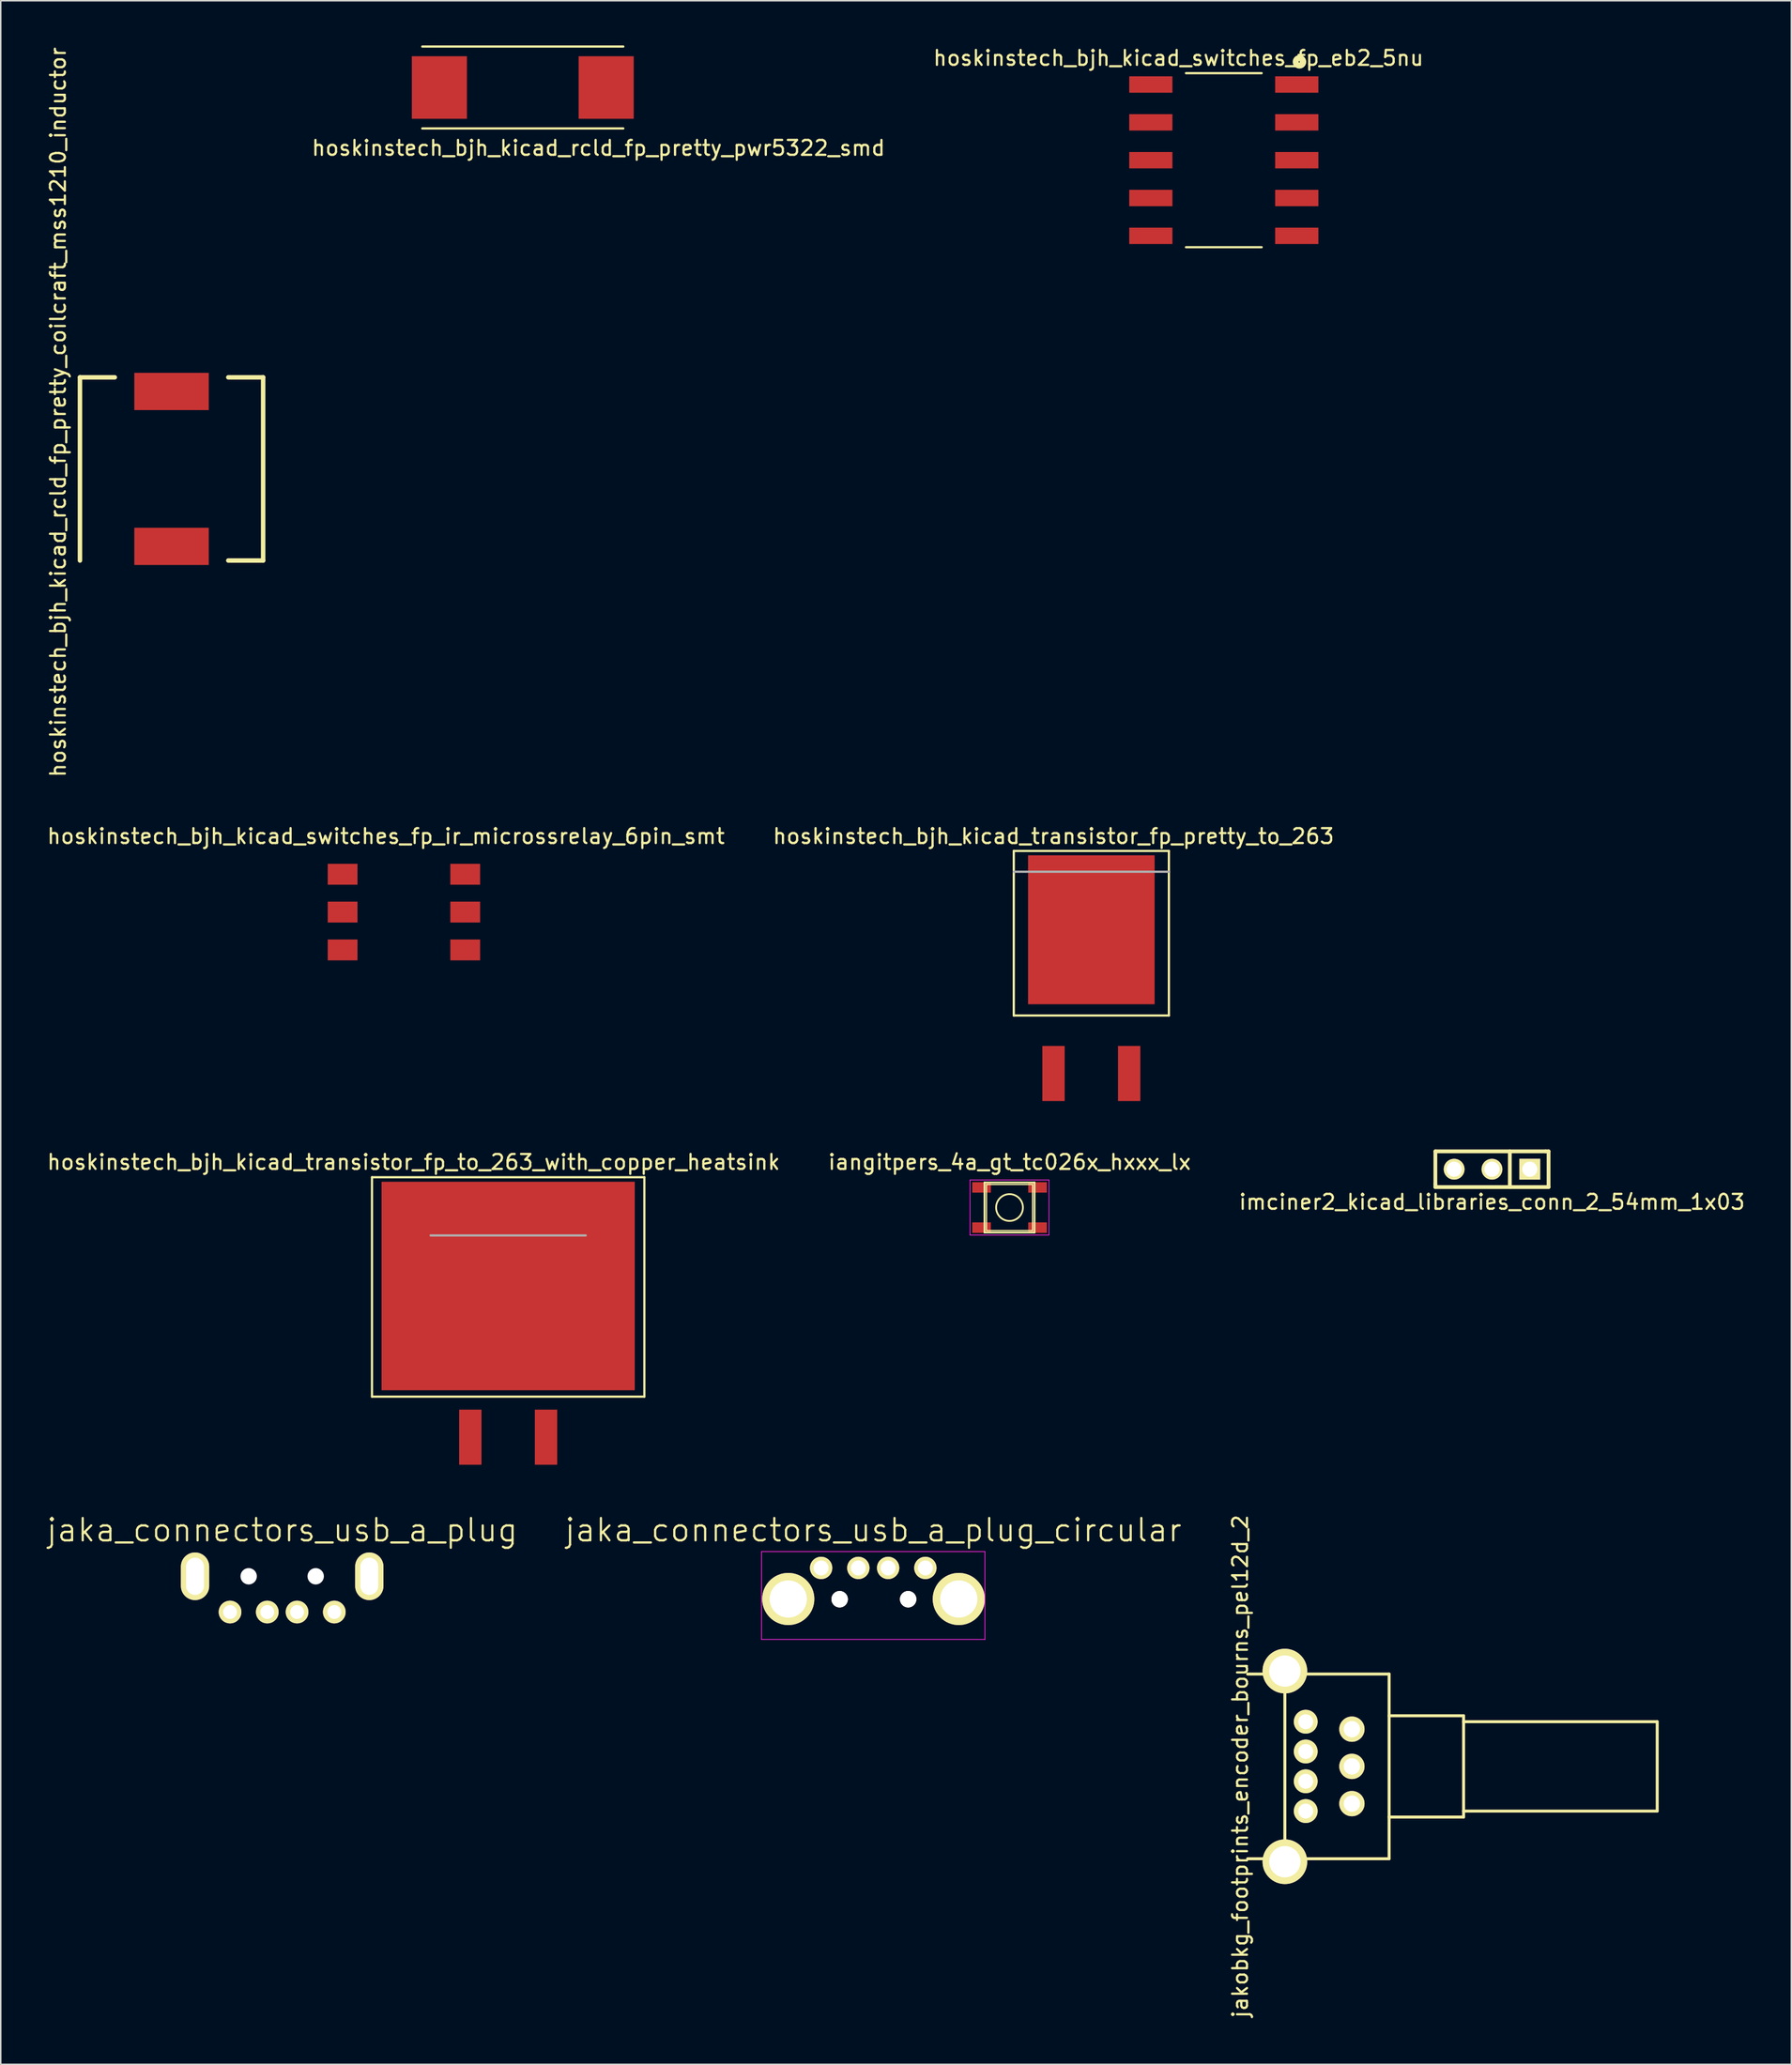
<source format=kicad_pcb>
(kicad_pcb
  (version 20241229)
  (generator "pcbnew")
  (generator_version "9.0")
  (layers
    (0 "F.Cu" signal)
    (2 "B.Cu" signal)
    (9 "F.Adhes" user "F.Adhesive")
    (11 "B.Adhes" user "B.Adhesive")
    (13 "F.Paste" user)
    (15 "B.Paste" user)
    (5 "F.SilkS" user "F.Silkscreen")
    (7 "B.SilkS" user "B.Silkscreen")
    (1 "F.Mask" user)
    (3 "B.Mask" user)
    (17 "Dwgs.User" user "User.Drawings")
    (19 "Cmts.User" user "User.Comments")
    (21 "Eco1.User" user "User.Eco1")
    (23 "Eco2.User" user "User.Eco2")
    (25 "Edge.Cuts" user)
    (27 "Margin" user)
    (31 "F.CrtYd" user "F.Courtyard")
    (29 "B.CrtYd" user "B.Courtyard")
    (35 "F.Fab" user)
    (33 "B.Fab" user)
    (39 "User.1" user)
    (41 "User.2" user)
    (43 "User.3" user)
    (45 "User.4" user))
  (footprint "hoskinstech_bjh_kicad_transistor_fp_to_263_with_copper_heatsink"
    (layer "F.Cu")
    (at 31.07 95.297)
    (property "Reference" "hoskinstech_bjh_kicad_transistor_fp_to_263_with_copper_heatsink" (at -6.35 -20.32 0) (layer "F.SilkS") (effects (font (size 1 1) (thickness 0.15))))
    (attr through_hole)
    (fp_line (start -9.144 -19.304) (end -9.144 -4.572) (stroke (width 0.15) (type solid)) (layer "F.SilkS"))
    (fp_line (start -9.144 -4.572) (end 9.144 -4.572) (stroke (width 0.15) (type solid)) (layer "F.SilkS"))
    (fp_line (start 9.144 -19.304) (end -9.144 -19.304) (stroke (width 0.15) (type solid)) (layer "F.SilkS"))
    (fp_line (start 9.144 -4.572) (end 9.144 -19.304) (stroke (width 0.15) (type solid)) (layer "F.SilkS"))
    (fp_line (start -5.207 -16.792) (end 5.207 -16.792) (stroke (width 0.15) (type solid)) (layer "Eco2.User"))
    (fp_line (start -5.207 -15.395) (end -5.207 -16.792) (stroke (width 0.15) (type solid)) (layer "Eco2.User"))
    (fp_line (start -5.207 -15.395) (end -5.207 -5.743) (stroke (width 0.15) (type solid)) (layer "Eco2.User"))
    (fp_line (start 5.207 -15.395) (end 5.207 -16.792) (stroke (width 0.15) (type solid)) (layer "Eco2.User"))
    (fp_line (start 5.207 -15.395) (end 5.207 -5.743) (stroke (width 0.15) (type solid)) (layer "Eco2.User"))
    (fp_line (start 5.207 -5.743) (end -5.207 -5.743) (stroke (width 0.15) (type solid)) (layer "Eco2.User"))
    (fp_line (start -5.207 -15.395) (end 5.207 -15.395) (stroke (width 0.15) (type solid)) (layer "F.Fab"))
    (pad "1" smd rect (at -2.54 -1.85) (size 1.5 3.7) (layers "F.Cu" "F.Mask" "F.Paste"))
    (pad "2" smd rect (at 0 -12) (size 17 14) (layers "F.Cu" "F.Mask" "F.Paste"))
    (pad "3" smd rect (at 2.54 -1.85) (size 1.5 3.7) (layers "F.Cu" "F.Mask" "F.Paste")))
  (footprint "imciner2_kicad_libraries_conn_2_54mm_1x03"
    (layer "F.Cu")
    (at 97.125 75.455)
    (property "Reference" "imciner2_kicad_libraries_conn_2_54mm_1x03" (at 0 2.2 0) (layer "F.SilkS") (effects (font (size 1 1) (thickness 0.15))))
    (attr through_hole)
    (fp_line (start -3.8 -1.2) (end -3.8 1) (stroke (width 0.254) (type solid)) (layer "F.SilkS"))
    (fp_line (start -3.8 1) (end -3.8 1.2) (stroke (width 0.254) (type solid)) (layer "F.SilkS"))
    (fp_line (start -3.8 1.2) (end 3.8 1.2) (stroke (width 0.254) (type solid)) (layer "F.SilkS"))
    (fp_line (start 1.2 1.2) (end 1.2 -1.2) (stroke (width 0.254) (type solid)) (layer "F.SilkS"))
    (fp_line (start 3.6 -1.2) (end -3.8 -1.2) (stroke (width 0.254) (type solid)) (layer "F.SilkS"))
    (fp_line (start 3.8 -1.2) (end 3.6 -1.2) (stroke (width 0.254) (type solid)) (layer "F.SilkS"))
    (fp_line (start 3.8 1.2) (end 3.8 -1.2) (stroke (width 0.254) (type solid)) (layer "F.SilkS"))
    (pad "1" thru_hole rect (at 2.54 0) (size 1.397 1.397) (drill 1.016) (layers "*.Cu" "*.Mask" "F.SilkS"))
    (pad "2" thru_hole circle (at 0 0) (size 1.397 1.397) (drill 1.016) (layers "*.Cu" "*.Mask" "F.SilkS"))
    (pad "3" thru_hole circle (at -2.54 0) (size 1.397 1.397) (drill 1.016) (layers "*.Cu" "*.Mask" "F.SilkS")))
  (footprint "iangitpers_4a_gt_tc026x_hxxx_lx"
    (layer "F.Cu")
    (at 64.732 78.027)
    (property "Reference" "iangitpers_4a_gt_tc026x_hxxx_lx" (at 0 -3.05 0) (layer "F.SilkS") (effects (font (size 1 1) (thickness 0.15))))
    (attr through_hole)
    (fp_line (start -1.68 -1.68) (end -1.68 1.68) (stroke (width 0.12) (type solid)) (layer "F.SilkS"))
    (fp_line (start -1.68 -1.68) (end 1.68 -1.68) (stroke (width 0.12) (type solid)) (layer "F.SilkS"))
    (fp_line (start -1.68 1.68) (end 1.68 1.68) (stroke (width 0.12) (type solid)) (layer "F.SilkS"))
    (fp_line (start -1.55 -1.55) (end -1.55 1.55) (stroke (width 0.085) (type solid)) (layer "F.SilkS"))
    (fp_line (start -1.55 -1.55) (end 1.55 -1.55) (stroke (width 0.085) (type solid)) (layer "F.SilkS"))
    (fp_line (start -1.55 1.55) (end 1.55 1.55) (stroke (width 0.085) (type solid)) (layer "F.SilkS"))
    (fp_line (start 1.55 -1.55) (end 1.55 1.55) (stroke (width 0.085) (type solid)) (layer "F.SilkS"))
    (fp_line (start 1.68 -1.68) (end 1.68 1.68) (stroke (width 0.12) (type solid)) (layer "F.SilkS"))
    (fp_circle (center 0 0) (end 0.9 0) (stroke (width 0.12) (type solid)) (fill no) (layer "F.SilkS"))
    (fp_line (start -2.65 -1.85) (end -2.65 1.85) (stroke (width 0.05) (type solid)) (layer "F.CrtYd"))
    (fp_line (start -2.65 -1.85) (end 2.65 -1.85) (stroke (width 0.05) (type solid)) (layer "F.CrtYd"))
    (fp_line (start -2.65 1.85) (end 2.65 1.85) (stroke (width 0.05) (type solid)) (layer "F.CrtYd"))
    (fp_line (start 2.65 -1.85) (end 2.65 1.85) (stroke (width 0.05) (type solid)) (layer "F.CrtYd"))
    (pad "1" smd rect (at -1.88 -1.35) (size 1.25 0.7) (layers "F.Cu" "F.Mask" "F.Paste"))
    (pad "2" smd rect (at 1.88 -1.35) (size 1.25 0.7) (layers "F.Cu" "F.Mask" "F.Paste"))
    (pad "3" smd rect (at -1.88 1.35) (size 1.25 0.7) (layers "F.Cu" "F.Mask" "F.Paste"))
    (pad "4" smd rect (at 1.88 1.35) (size 1.25 0.7) (layers "F.Cu" "F.Mask" "F.Paste")))
  (footprint "jaka_connectors_usb_a_plug_circular"
    (layer "F.Cu")
    (at 55.582 102.227)
    (property "Reference" "jaka_connectors_usb_a_plug_circular" (at 0 -2.54 0) (layer "F.SilkS") (effects (font (size 1.5 1.5) (thickness 0.15))))
    (attr through_hole)
    (fp_line (start -7.5 -1.1) (end 7.5 -1.1) (stroke (width 0.05) (type solid)) (layer "F.CrtYd"))
    (fp_line (start -7.5 4.8) (end -7.5 -1.1) (stroke (width 0.05) (type solid)) (layer "F.CrtYd"))
    (fp_line (start -7.5 4.8) (end 7.5 4.8) (stroke (width 0.05) (type solid)) (layer "F.CrtYd"))
    (fp_line (start 7.5 -1.1) (end 7.5 4.8) (stroke (width 0.05) (type solid)) (layer "F.CrtYd"))
    (pad "1" thru_hole circle (at 3.5 0 270) (size 1.5 1.5) (drill 1) (layers "*.Cu" "*.Mask" "F.SilkS"))
    (pad "2" thru_hole circle (at 1 0 270) (size 1.5 1.5) (drill 1) (layers "*.Cu" "*.Mask" "F.SilkS"))
    (pad "3" thru_hole circle (at -1 0 270) (size 1.5 1.5) (drill 1) (layers "*.Cu" "*.Mask" "F.SilkS"))
    (pad "4" thru_hole circle (at -3.5 0 270) (size 1.5 1.5) (drill 1) (layers "*.Cu" "*.Mask" "F.SilkS"))
    (pad "5" thru_hole circle (at -5.706 2.085 270) (size 3.5 3.5) (drill 2.5) (layers "*.Cu" "*.Mask" "F.SilkS"))
    (pad "5" thru_hole circle (at -2.256 2.1 270) (size 1.1 1.1) (drill 1.1) (layers "*.Cu" "*.Mask" "F.SilkS"))
    (pad "5" thru_hole circle (at 2.344 2.1 270) (size 1.1 1.1) (drill 1.1) (layers "*.Cu" "*.Mask" "F.SilkS"))
    (pad "5" thru_hole circle (at 5.744 2.085 270) (size 3.5 3.5) (drill 2.5) (layers "*.Cu" "*.Mask" "F.SilkS")))
  (footprint "jakobkg_footprints_encoder_bourns_pel12d_2"
    (layer "F.Cu")
    (at 83.22 115.552)
    (property "Reference" "jakobkg_footprints_encoder_bourns_pel12d_2" (at -3 0 90) (layer "F.SilkS") (effects (font (size 1 1) (thickness 0.15))))
    (attr through_hole)
    (fp_line (start 0 -6.2) (end -2.5 -6.2) (stroke (width 0.2) (type solid)) (layer "F.SilkS"))
    (fp_line (start 0 -6.2) (end 7 -6.2) (stroke (width 0.2) (type solid)) (layer "F.SilkS"))
    (fp_line (start 0 6.2) (end 0 -6.2) (stroke (width 0.2) (type solid)) (layer "F.SilkS"))
    (fp_line (start 0.1 6.2) (end -2.5 6.2) (stroke (width 0.2) (type solid)) (layer "F.SilkS"))
    (fp_line (start 7 -6.2) (end 7 6.2) (stroke (width 0.2) (type solid)) (layer "F.SilkS"))
    (fp_line (start 7 6.2) (end 0 6.2) (stroke (width 0.2) (type solid)) (layer "F.SilkS"))
    (fp_line (start 12 -3.4) (end 7 -3.4) (stroke (width 0.2) (type solid)) (layer "F.SilkS"))
    (fp_line (start 12 -3.4) (end 12 3.4) (stroke (width 0.2) (type solid)) (layer "F.SilkS"))
    (fp_line (start 12 -3) (end 25 -3) (stroke (width 0.2) (type solid)) (layer "F.SilkS"))
    (fp_line (start 12 3.4) (end 7 3.4) (stroke (width 0.2) (type solid)) (layer "F.SilkS"))
    (fp_line (start 25 -3) (end 25 3) (stroke (width 0.2) (type solid)) (layer "F.SilkS"))
    (fp_line (start 25 3) (end 12 3) (stroke (width 0.2) (type solid)) (layer "F.SilkS"))
    (pad "" thru_hole circle (at 0 -6.4) (size 3 3) (drill 2.101) (layers "*.Cu" "*.Mask" "F.SilkS"))
    (pad "" thru_hole circle (at 0 6.4) (size 3 3) (drill 2.101) (layers "*.Cu" "*.Mask" "F.SilkS"))
    (pad "1" thru_hole circle (at 1.4 3 270) (size 1.6 1.6) (drill 1.001) (layers "*.Cu" "*.Mask" "F.SilkS"))
    (pad "2" thru_hole circle (at 1.4 1 270) (size 1.6 1.6) (drill 1.001) (layers "*.Cu" "*.Mask" "F.SilkS"))
    (pad "3" thru_hole circle (at 1.4 -1 270) (size 1.6 1.6) (drill 1.001) (layers "*.Cu" "*.Mask" "F.SilkS"))
    (pad "4" thru_hole circle (at 1.4 -3 270) (size 1.6 1.6) (drill 1.001) (layers "*.Cu" "*.Mask" "F.SilkS"))
    (pad "A" thru_hole circle (at 4.5 2.5 90) (size 1.699 1.699) (drill 1.1) (layers "*.Cu" "*.Mask" "F.SilkS"))
    (pad "B" thru_hole circle (at 4.5 -2.5 90) (size 1.699 1.699) (drill 1.1) (layers "*.Cu" "*.Mask" "F.SilkS"))
    (pad "C" thru_hole circle (at 4.5 0 90) (size 1.699 1.699) (drill 1.1) (layers "*.Cu" "*.Mask" "F.SilkS")))
  (footprint "hoskinstech_bjh_kicad_transistor_fp_pretty_to_263"
    (layer "F.Cu")
    (at 70.225 70.878)
    (property "Reference" "hoskinstech_bjh_kicad_transistor_fp_pretty_to_263" (at -2.54 -17.78 0) (layer "F.SilkS") (effects (font (size 1 1) (thickness 0.15))))
    (attr through_hole)
    (fp_line (start -5.207 -16.792) (end 5.207 -16.792) (stroke (width 0.15) (type solid)) (layer "F.SilkS"))
    (fp_line (start -5.207 -15.395) (end -5.207 -16.792) (stroke (width 0.15) (type solid)) (layer "F.SilkS"))
    (fp_line (start -5.207 -15.395) (end -5.207 -5.743) (stroke (width 0.15) (type solid)) (layer "F.SilkS"))
    (fp_line (start 5.207 -15.395) (end 5.207 -16.792) (stroke (width 0.15) (type solid)) (layer "F.SilkS"))
    (fp_line (start 5.207 -15.395) (end 5.207 -5.743) (stroke (width 0.15) (type solid)) (layer "F.SilkS"))
    (fp_line (start 5.207 -5.743) (end -5.207 -5.743) (stroke (width 0.15) (type solid)) (layer "F.SilkS"))
    (fp_line (start -5.207 -15.395) (end 5.207 -15.395) (stroke (width 0.15) (type solid)) (layer "F.Fab"))
    (pad "1" smd rect (at -2.54 -1.85) (size 1.5 3.7) (layers "F.Cu" "F.Mask" "F.Paste"))
    (pad "2" smd rect (at 0 -11.5) (size 8.5 10) (layers "F.Cu" "F.Mask" "F.Paste"))
    (pad "3" smd rect (at 2.54 -1.85) (size 1.5 3.7) (layers "F.Cu" "F.Mask" "F.Paste")))
  (footprint "hoskinstech_bjh_kicad_switches_fp_ir_microssrelay_6pin_smt"
    (layer "F.Cu")
    (at 24.07 58.191)
    (property "Reference" "hoskinstech_bjh_kicad_switches_fp_ir_microssrelay_6pin_smt" (at -1.206 -5.093 0) (layer "F.SilkS") (effects (font (size 1 1) (thickness 0.15))))
    (attr through_hole)
    (fp_line (start -3.115 -4.065) (end 3.115 -4.065) (stroke (width 0.15) (type solid)) (layer "Eco2.User"))
    (fp_line (start -3.115 4.065) (end -3.115 -4.065) (stroke (width 0.15) (type solid)) (layer "Eco2.User"))
    (fp_line (start -3.115 4.065) (end 3.115 4.065) (stroke (width 0.15) (type solid)) (layer "Eco2.User"))
    (fp_line (start 3.115 -4.065) (end 3.115 4.065) (stroke (width 0.15) (type solid)) (layer "Eco2.User"))
    (pad "1" smd rect (at -4.115 -2.54) (size 2 1.4) (layers "F.Cu" "F.Mask" "F.Paste"))
    (pad "2" smd rect (at -4.115 0) (size 2 1.4) (layers "F.Cu" "F.Mask" "F.Paste"))
    (pad "3" smd rect (at -4.115 2.54) (size 2 1.4) (layers "F.Cu" "F.Mask" "F.Paste"))
    (pad "4" smd rect (at 4.115 2.54) (size 2 1.4) (layers "F.Cu" "F.Mask" "F.Paste"))
    (pad "5" smd rect (at 4.115 0) (size 2 1.4) (layers "F.Cu" "F.Mask" "F.Paste"))
    (pad "6" smd rect (at 4.115 -2.54) (size 2 1.4) (layers "F.Cu" "F.Mask" "F.Paste")))
  (footprint "hoskinstech_bjh_kicad_switches_fp_eb2_5nu"
    (layer "F.Cu")
    (at 79.12 2.626)
    (property "Reference" "hoskinstech_bjh_kicad_switches_fp_eb2_5nu" (at -3.048 -1.778 0) (layer "F.SilkS") (effects (font (size 1 1) (thickness 0.15))))
    (attr through_hole)
    (fp_line (start -2.54 -0.762) (end 2.54 -0.762) (stroke (width 0.15) (type solid)) (layer "F.SilkS"))
    (fp_line (start 2.54 10.922) (end -2.54 10.922) (stroke (width 0.15) (type solid)) (layer "F.SilkS"))
    (fp_circle (center 5.08 -1.524) (end 5.334 -1.524) (stroke (width 0.4) (type solid)) (fill no) (layer "F.SilkS"))
    (fp_line (start -4.78 -0.762) (end 4.78 -0.762) (stroke (width 0.15) (type solid)) (layer "Eco2.User"))
    (fp_line (start -4.78 10.922) (end -4.78 -0.762) (stroke (width 0.15) (type solid)) (layer "Eco2.User"))
    (fp_line (start 4.78 -0.762) (end 4.78 10.922) (stroke (width 0.15) (type solid)) (layer "Eco2.User"))
    (fp_line (start 4.78 10.922) (end -4.78 10.922) (stroke (width 0.15) (type solid)) (layer "Eco2.User"))
    (pad "1" smd rect (at 4.9 0) (size 2.9 1.1) (layers "F.Cu" "F.Mask" "F.Paste"))
    (pad "2" smd rect (at 4.9 2.54) (size 2.9 1.1) (layers "F.Cu" "F.Mask" "F.Paste"))
    (pad "3" smd rect (at 4.9 5.08) (size 2.9 1.1) (layers "F.Cu" "F.Mask" "F.Paste"))
    (pad "4" smd rect (at 4.9 7.62) (size 2.9 1.1) (layers "F.Cu" "F.Mask" "F.Paste"))
    (pad "5" smd rect (at 4.9 10.16) (size 2.9 1.1) (layers "F.Cu" "F.Mask" "F.Paste"))
    (pad "6" smd rect (at -4.9 10.16) (size 2.9 1.1) (layers "F.Cu" "F.Mask" "F.Paste"))
    (pad "7" smd rect (at -4.9 7.62) (size 2.9 1.1) (layers "F.Cu" "F.Mask" "F.Paste"))
    (pad "8" smd rect (at -4.9 5.08) (size 2.9 1.1) (layers "F.Cu" "F.Mask" "F.Paste"))
    (pad "9" smd rect (at -4.9 2.54) (size 2.9 1.1) (layers "F.Cu" "F.Mask" "F.Paste"))
    (pad "10" smd rect (at -4.9 0) (size 2.9 1.1) (layers "F.Cu" "F.Mask" "F.Paste")))
  (footprint "hoskinstech_bjh_kicad_rcld_fp_pretty_coilcraft_mss1210_inductor"
    (layer "F.Cu")
    (at 8.468 28.435)
    (property "Reference" "hoskinstech_bjh_kicad_rcld_fp_pretty_coilcraft_mss1210_inductor" (at -7.62 -3.81 90) (layer "F.SilkS") (effects (font (size 1 1) (thickness 0.15))))
    (attr through_hole)
    (fp_line (start -6.15 -6.15) (end -3.81 -6.15) (stroke (width 0.3) (type solid)) (layer "F.SilkS"))
    (fp_line (start -6.15 6.15) (end -6.15 -6.15) (stroke (width 0.3) (type solid)) (layer "F.SilkS"))
    (fp_line (start 3.81 -6.15) (end 6.15 -6.15) (stroke (width 0.3) (type solid)) (layer "F.SilkS"))
    (fp_line (start 3.81 6.15) (end 6.15 6.15) (stroke (width 0.3) (type solid)) (layer "F.SilkS"))
    (fp_line (start 6.15 6.15) (end 6.15 -6.15) (stroke (width 0.3) (type solid)) (layer "F.SilkS"))
    (fp_line (start -6.15 -6.15) (end 6.15 -6.15) (stroke (width 0.15) (type solid)) (layer "Eco2.User"))
    (fp_line (start -6.15 6.15) (end -6.15 -6.15) (stroke (width 0.15) (type solid)) (layer "Eco2.User"))
    (fp_line (start -6.15 6.15) (end 6.15 6.15) (stroke (width 0.15) (type solid)) (layer "Eco2.User"))
    (fp_line (start 6.15 6.15) (end 6.15 -6.15) (stroke (width 0.15) (type solid)) (layer "Eco2.User"))
    (pad "1" smd rect (at 0 -5.2) (size 5 2.5) (layers "F.Cu" "F.Mask" "F.Paste"))
    (pad "2" smd rect (at 0 5.2) (size 5 2.5) (layers "F.Cu" "F.Mask" "F.Paste")))
  (footprint "jaka_connectors_usb_a_plug"
    (layer "F.Cu")
    (at 15.896 105.187)
    (property "Reference" "jaka_connectors_usb_a_plug" (at 0 -5.5 0) (layer "F.SilkS") (effects (font (size 1.5 1.5) (thickness 0.15))))
    (attr through_hole)
    (pad "" np_thru_hole circle (at -2.25 -2.4) (size 1.1 1.1) (drill 1.1) (layers "*.Cu" "*.Mask"))
    (pad "" np_thru_hole circle (at 2.25 -2.4) (size 1.1 1.1) (drill 1.1) (layers "*.Cu" "*.Mask"))
    (pad "1" thru_hole circle (at -3.5 0) (size 1.524 1.524) (drill 0.93) (layers "*.Cu" "*.Mask" "F.SilkS"))
    (pad "2" thru_hole circle (at -1 0) (size 1.524 1.524) (drill 0.93) (layers "*.Cu" "*.Mask" "F.SilkS"))
    (pad "3" thru_hole circle (at 1 0) (size 1.524 1.524) (drill 0.93) (layers "*.Cu" "*.Mask" "F.SilkS"))
    (pad "4" thru_hole circle (at 3.5 0) (size 1.524 1.524) (drill 0.93) (layers "*.Cu" "*.Mask" "F.SilkS"))
    (pad "5" thru_hole oval (at -5.85 -2.4) (size 1.9 3.2) (drill oval 1.2 2.5) (layers "*.Cu" "*.Mask" "F.SilkS"))
    (pad "5" thru_hole oval (at 5.85 -2.4) (size 1.9 3.2) (drill oval 1.2 2.5) (layers "*.Cu" "*.Mask" "F.SilkS")))
  (footprint "hoskinstech_bjh_kicad_rcld_fp_pretty_pwr5322_smd"
    (layer "F.Cu")
    (at 32.051 2.825)
    (property "Reference" "hoskinstech_bjh_kicad_rcld_fp_pretty_pwr5322_smd" (at 5.08 4.064 0) (layer "F.SilkS") (effects (font (size 1 1) (thickness 0.15))))
    (attr through_hole)
    (fp_line (start -6.75 -2.75) (end 6.75 -2.75) (stroke (width 0.15) (type solid)) (layer "F.SilkS"))
    (fp_line (start -6.75 2.75) (end 6.75 2.75) (stroke (width 0.15) (type solid)) (layer "F.SilkS"))
    (pad "1" smd rect (at -5.6 0) (size 3.7 4.2) (layers "F.Cu" "F.Mask" "F.Paste"))
    (pad "2" smd rect (at 5.6 0) (size 3.7 4.2) (layers "F.Cu" "F.Mask" "F.Paste")))
  (gr_rect
    (start -3 -3)
    (end 117.226 135.558)
    (stroke (width 0.1) (type default))
    (fill no)
    (layer "Edge.Cuts")))
</source>
